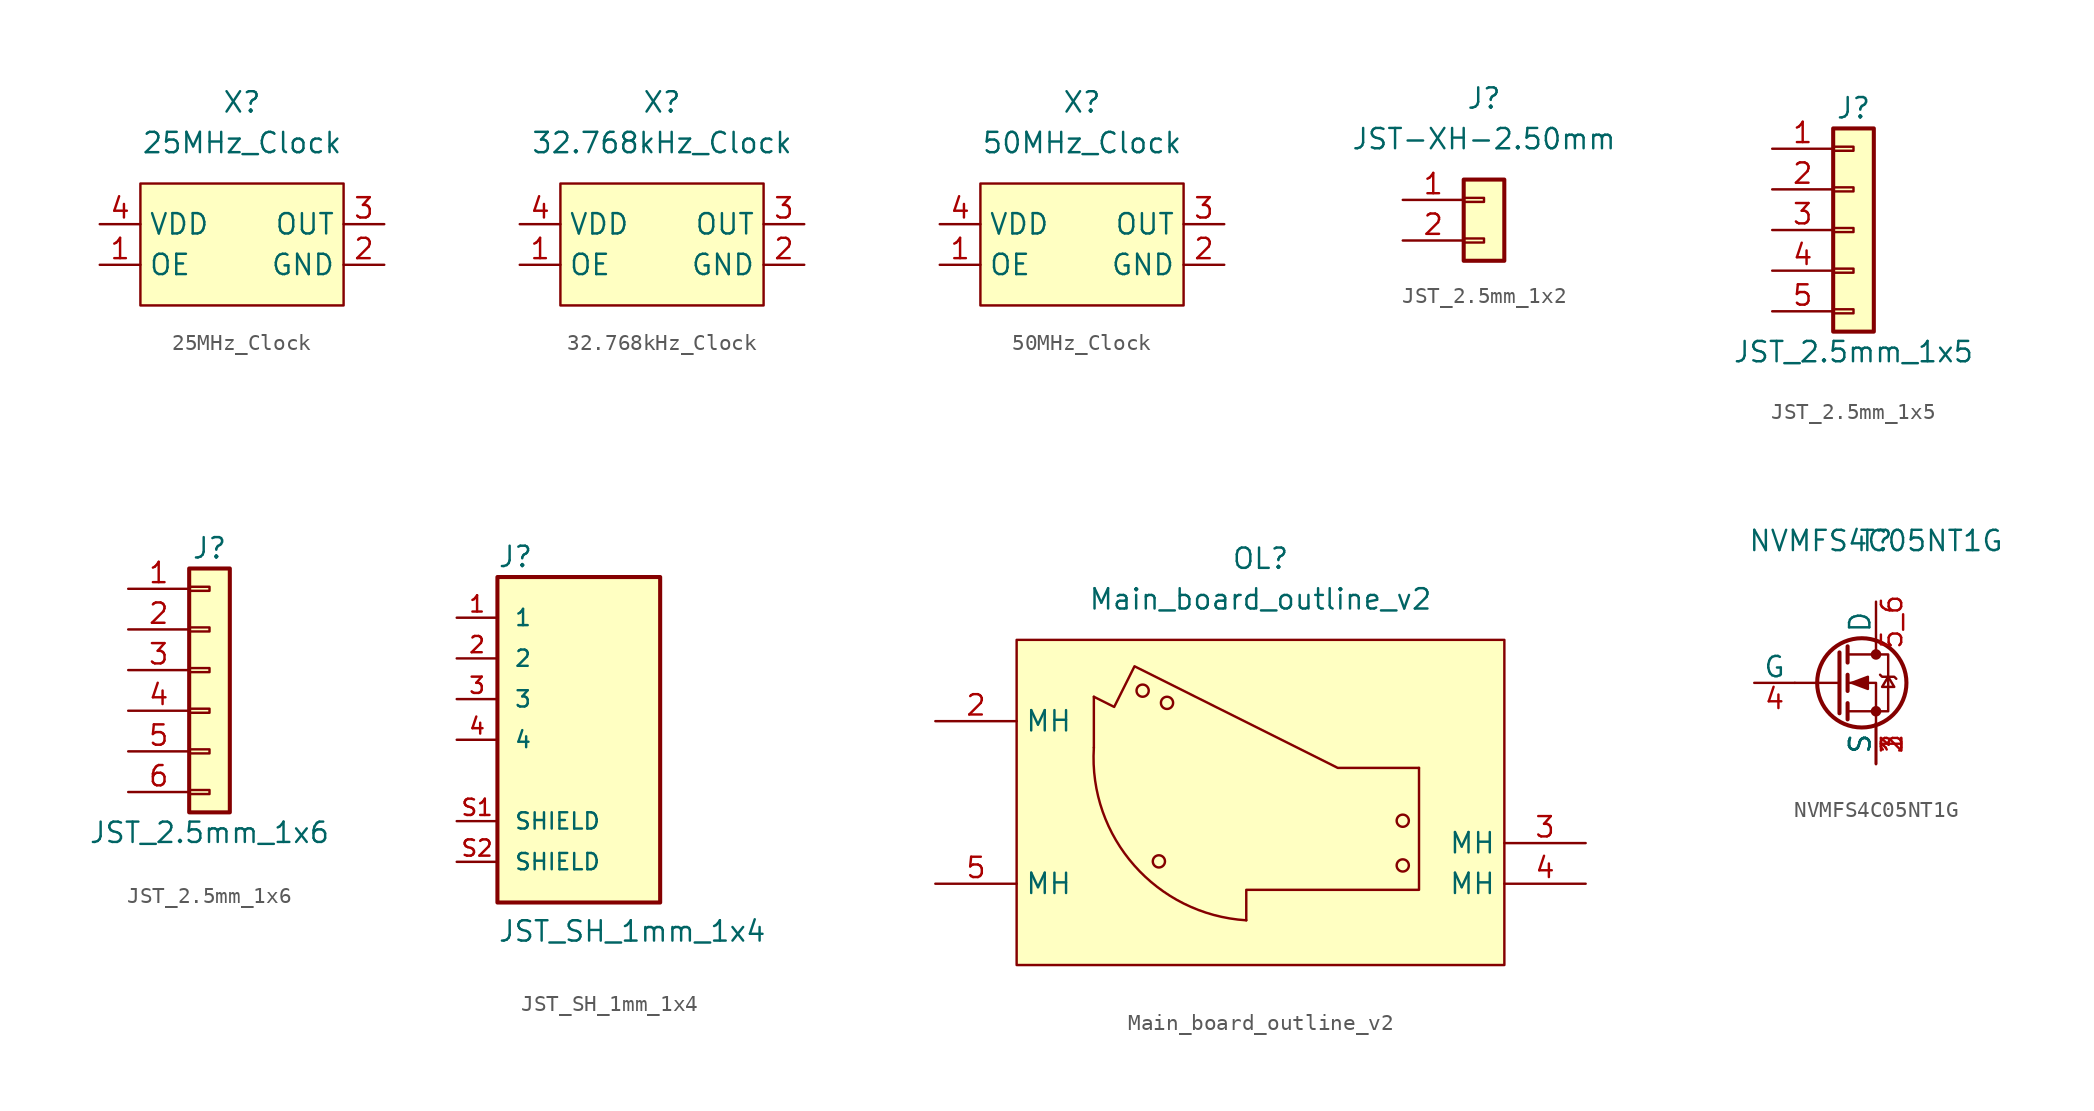
<source format=kicad_sym>
(kicad_symbol_lib
  (version 20231120)
  (generator "kicad_symbol_editor")
  (generator_version "8.0")
  (symbol "25MHz_Clock"
    (property "Reference" "X"
      (at 0 8.89 0)
      (effects (font (size 1.27 1.27))))
    (property "Value" "25MHz_Clock"
      (at 0 6.35 0)
      (effects (font (size 1.27 1.27))))
    (symbol "25MHz_Clock_1_1"
      (rectangle (start -6.35 3.81) (end 6.35 -3.81) (stroke (width 0) (type default)) (fill (type background)))
      (pin passive line (at -8.89 -1.27 0) (length 2.54) (name "OE" (effects (font (size 1.27 1.27)))) (number "1" (effects (font (size 1.27 1.27)))))
      (pin passive line (at 8.89 -1.27 180) (length 2.54) (name "GND" (effects (font (size 1.27 1.27)))) (number "2" (effects (font (size 1.27 1.27)))))
      (pin passive line (at 8.89 1.27 180) (length 2.54) (name "OUT" (effects (font (size 1.27 1.27)))) (number "3" (effects (font (size 1.27 1.27)))))
      (pin passive line (at -8.89 1.27 0) (length 2.54) (name "VDD" (effects (font (size 1.27 1.27)))) (number "4" (effects (font (size 1.27 1.27)))))))
  (symbol "32.768kHz_Clock"
    (property "Reference" "X"
      (at 0 8.89 0)
      (effects (font (size 1.27 1.27))))
    (property "Value" "32.768kHz_Clock"
      (at 0 6.35 0)
      (effects (font (size 1.27 1.27))))
    (symbol "32.768kHz_Clock_1_1"
      (rectangle (start -6.35 3.81) (end 6.35 -3.81) (stroke (width 0) (type default)) (fill (type background)))
      (pin passive line (at -8.89 -1.27 0) (length 2.54) (name "OE" (effects (font (size 1.27 1.27)))) (number "1" (effects (font (size 1.27 1.27)))))
      (pin passive line (at 8.89 -1.27 180) (length 2.54) (name "GND" (effects (font (size 1.27 1.27)))) (number "2" (effects (font (size 1.27 1.27)))))
      (pin passive line (at 8.89 1.27 180) (length 2.54) (name "OUT" (effects (font (size 1.27 1.27)))) (number "3" (effects (font (size 1.27 1.27)))))
      (pin passive line (at -8.89 1.27 0) (length 2.54) (name "VDD" (effects (font (size 1.27 1.27)))) (number "4" (effects (font (size 1.27 1.27)))))))
  (symbol "50MHz_Clock"
    (property "Reference" "X"
      (at 0 8.89 0)
      (effects (font (size 1.27 1.27))))
    (property "Value" "50MHz_Clock"
      (at 0 6.35 0)
      (effects (font (size 1.27 1.27))))
    (symbol "50MHz_Clock_1_1"
      (rectangle (start -6.35 3.81) (end 6.35 -3.81) (stroke (width 0) (type default)) (fill (type background)))
      (pin passive line (at -8.89 -1.27 0) (length 2.54) (name "OE" (effects (font (size 1.27 1.27)))) (number "1" (effects (font (size 1.27 1.27)))))
      (pin passive line (at 8.89 -1.27 180) (length 2.54) (name "GND" (effects (font (size 1.27 1.27)))) (number "2" (effects (font (size 1.27 1.27)))))
      (pin passive line (at 8.89 1.27 180) (length 2.54) (name "OUT" (effects (font (size 1.27 1.27)))) (number "3" (effects (font (size 1.27 1.27)))))
      (pin passive line (at -8.89 1.27 0) (length 2.54) (name "VDD" (effects (font (size 1.27 1.27)))) (number "4" (effects (font (size 1.27 1.27)))))))
  (symbol "JST_2.5mm_1x2"
    (pin_names
      (offset 0.002) hide)
    (property "Reference" "J"
      (at 0 7.62 0)
      (effects (font (size 1.27 1.27))))
    (property "Value" "JST-XH-2.50mm"
      (at 0 5.08 0)
      (effects (font (size 1.27 1.27))))
    (symbol "JST_2.5mm_1x2_1_1"
      (rectangle (start -1.27 -1.143) (end 0 -1.397) (stroke (width 0.152) (type default)) (fill (type none)))
      (rectangle (start -1.27 1.397) (end 0 1.143) (stroke (width 0.152) (type default)) (fill (type none)))
      (rectangle (start -1.27 2.54) (end 1.27 -2.54) (stroke (width 0.254) (type default)) (fill (type background)))
      (pin passive line (at -5.08 1.27 0) (length 3.81) (name "Pin_1" (effects (font (size 1.27 1.27)))) (number "1" (effects (font (size 1.27 1.27)))))
      (pin passive line (at -5.08 -1.27 0) (length 3.81) (name "Pin_2" (effects (font (size 1.27 1.27)))) (number "2" (effects (font (size 1.27 1.27)))))))
  (symbol "JST_2.5mm_1x5"
    (pin_names
      (offset 1.016) hide)
    (property "Reference" "J"
      (at 0 7.62 0)
      (effects (font (size 1.27 1.27))))
    (property "Value" "JST_2.5mm_1x5"
      (at 0 -7.62 0)
      (effects (font (size 1.27 1.27))))
    (symbol "JST_2.5mm_1x5_1_1"
      (rectangle (start -1.27 -4.953) (end 0 -5.207) (stroke (width 0.152) (type default)) (fill (type none)))
      (rectangle (start -1.27 -2.413) (end 0 -2.667) (stroke (width 0.152) (type default)) (fill (type none)))
      (rectangle (start -1.27 0.127) (end 0 -0.127) (stroke (width 0.152) (type default)) (fill (type none)))
      (rectangle (start -1.27 2.667) (end 0 2.413) (stroke (width 0.152) (type default)) (fill (type none)))
      (rectangle (start -1.27 5.207) (end 0 4.953) (stroke (width 0.152) (type default)) (fill (type none)))
      (rectangle (start -1.27 6.35) (end 1.27 -6.35) (stroke (width 0.254) (type default)) (fill (type background)))
      (pin passive line (at -5.08 5.08 0) (length 3.81) (name "Pin_1" (effects (font (size 1.27 1.27)))) (number "1" (effects (font (size 1.27 1.27)))))
      (pin passive line (at -5.08 2.54 0) (length 3.81) (name "Pin_2" (effects (font (size 1.27 1.27)))) (number "2" (effects (font (size 1.27 1.27)))))
      (pin passive line (at -5.08 0 0) (length 3.81) (name "Pin_3" (effects (font (size 1.27 1.27)))) (number "3" (effects (font (size 1.27 1.27)))))
      (pin passive line (at -5.08 -2.54 0) (length 3.81) (name "Pin_4" (effects (font (size 1.27 1.27)))) (number "4" (effects (font (size 1.27 1.27)))))
      (pin passive line (at -5.08 -5.08 0) (length 3.81) (name "Pin_5" (effects (font (size 1.27 1.27)))) (number "5" (effects (font (size 1.27 1.27)))))))
  (symbol "JST_2.5mm_1x6"
    (pin_names
      (offset 1.016) hide)
    (property "Reference" "J"
      (at 0 7.62 0)
      (effects (font (size 1.27 1.27))))
    (property "Value" "JST_2.5mm_1x6"
      (at 0 -10.16 0)
      (effects (font (size 1.27 1.27))))
    (symbol "JST_2.5mm_1x6_1_1"
      (rectangle (start -1.27 -7.493) (end 0 -7.747) (stroke (width 0.152) (type default)) (fill (type none)))
      (rectangle (start -1.27 -4.953) (end 0 -5.207) (stroke (width 0.152) (type default)) (fill (type none)))
      (rectangle (start -1.27 -2.413) (end 0 -2.667) (stroke (width 0.152) (type default)) (fill (type none)))
      (rectangle (start -1.27 0.127) (end 0 -0.127) (stroke (width 0.152) (type default)) (fill (type none)))
      (rectangle (start -1.27 2.667) (end 0 2.413) (stroke (width 0.152) (type default)) (fill (type none)))
      (rectangle (start -1.27 5.207) (end 0 4.953) (stroke (width 0.152) (type default)) (fill (type none)))
      (rectangle (start -1.27 6.35) (end 1.27 -8.89) (stroke (width 0.254) (type default)) (fill (type background)))
      (pin passive line (at -5.08 5.08 0) (length 3.81) (name "Pin_1" (effects (font (size 1.27 1.27)))) (number "1" (effects (font (size 1.27 1.27)))))
      (pin passive line (at -5.08 2.54 0) (length 3.81) (name "Pin_2" (effects (font (size 1.27 1.27)))) (number "2" (effects (font (size 1.27 1.27)))))
      (pin passive line (at -5.08 0 0) (length 3.81) (name "Pin_3" (effects (font (size 1.27 1.27)))) (number "3" (effects (font (size 1.27 1.27)))))
      (pin passive line (at -5.08 -2.54 0) (length 3.81) (name "Pin_4" (effects (font (size 1.27 1.27)))) (number "4" (effects (font (size 1.27 1.27)))))
      (pin passive line (at -5.08 -5.08 0) (length 3.81) (name "Pin_5" (effects (font (size 1.27 1.27)))) (number "5" (effects (font (size 1.27 1.27)))))
      (pin passive line (at -5.08 -7.62 0) (length 3.81) (name "Pin_6" (effects (font (size 1.27 1.27)))) (number "6" (effects (font (size 1.27 1.27)))))))
  (symbol "JST_SH_1mm_1x4"
    (pin_names
      (offset 1.016))
    (property "Reference" "J"
      (at -5.083 8.143 0)
      (effects (font (size 1.27 1.27)) (justify left bottom)))
    (property "Value" "JST_SH_1mm_1x4"
      (at -5.08 -15.24 0)
      (effects (font (size 1.27 1.27)) (justify left bottom)))
    (symbol "JST_SH_1mm_1x4_0_0"
      (rectangle (start -5.08 7.62) (end 5.08 -12.7) (stroke (width 0.254) (type default)) (fill (type background)))
      (pin passive line (at -7.62 5.08 0) (length 2.54) (name "1" (effects (font (size 1.016 1.016)))) (number "1" (effects (font (size 1.016 1.016)))))
      (pin passive line (at -7.62 2.54 0) (length 2.54) (name "2" (effects (font (size 1.016 1.016)))) (number "2" (effects (font (size 1.016 1.016)))))
      (pin passive line (at -7.62 0 0) (length 2.54) (name "3" (effects (font (size 1.016 1.016)))) (number "3" (effects (font (size 1.016 1.016)))))
      (pin passive line (at -7.62 -2.54 0) (length 2.54) (name "4" (effects (font (size 1.016 1.016)))) (number "4" (effects (font (size 1.016 1.016)))))
      (pin passive line (at -7.62 -7.62 0) (length 2.54) (name "SHIELD" (effects (font (size 1.016 1.016)))) (number "S1" (effects (font (size 1.016 1.016)))))
      (pin passive line (at -7.62 -10.16 0) (length 2.54) (name "SHIELD" (effects (font (size 1.016 1.016)))) (number "S2" (effects (font (size 1.016 1.016)))))))
  (symbol "Main_board_outline_v2"
    (property "Reference" "OL"
      (at 0 15.24 0)
      (effects (font (size 1.27 1.27))))
    (property "Value" "Main_board_outline_v2"
      (at 0 12.7 0)
      (effects (font (size 1.27 1.27))))
    (symbol "Main_board_outline_v2_0_1"
      (arc (start -10.414 3.429) (mid -7.8872 -3.9412) (end -0.889 -7.366) (stroke (width 0) (type default)) (fill (type none)))
      (circle (center -7.366 6.985) (radius 0.381) (stroke (width 0) (type default)) (fill (type none)))
      (circle (center -6.35 -3.683) (radius 0.381) (stroke (width 0) (type default)) (fill (type none)))
      (circle (center -5.842 6.223) (radius 0.381) (stroke (width 0) (type default)) (fill (type none)))
      (polyline (pts (xy -10.414 6.604) (xy -10.414 3.429)) (stroke (width 0) (type default)) (fill (type none)))
      (polyline (pts (xy 9.906 2.159) (xy 9.906 -5.461) (xy -0.889 -5.461) (xy -0.889 -7.366)) (stroke (width 0) (type default)) (fill (type none)))
      (polyline (pts (xy 9.906 2.159) (xy 4.826 2.159) (xy -7.874 8.509) (xy -9.144 5.969) (xy -10.414 6.604)) (stroke (width 0) (type default)) (fill (type none)))
      (circle (center 8.89 -3.937) (radius 0.381) (stroke (width 0) (type default)) (fill (type none)))
      (circle (center 8.89 -1.143) (radius 0.381) (stroke (width 0) (type default)) (fill (type none))))
    (symbol "Main_board_outline_v2_1_1"
      (rectangle (start -15.24 10.16) (end 15.24 -10.16) (stroke (width 0) (type default)) (fill (type background)))
      (pin input line (at -20.32 5.08 0) (length 5.08) (name "MH" (effects (font (size 1.27 1.27)))) (number "2" (effects (font (size 1.27 1.27)))))
      (pin input line (at 20.32 -2.54 180) (length 5.08) (name "MH" (effects (font (size 1.27 1.27)))) (number "3" (effects (font (size 1.27 1.27)))))
      (pin input line (at 20.32 -5.08 180) (length 5.08) (name "MH" (effects (font (size 1.27 1.27)))) (number "4" (effects (font (size 1.27 1.27)))))
      (pin input line (at -20.32 -5.08 0) (length 5.08) (name "MH" (effects (font (size 1.27 1.27)))) (number "5" (effects (font (size 1.27 1.27)))))))
  (symbol "NVMFS4C05NT1G"
    (pin_names
      (offset 0))
    (property "Reference" "T"
      (at 0 8.89 0)
      (effects (font (size 1.27 1.27))))
    (property "Value" "NVMFS4C05NT1G"
      (at 0 8.89 0)
      (effects (font (size 1.27 1.27))))
    (symbol "NVMFS4C05NT1G_0_1"
      (circle (center -0.889 0) (radius 2.794) (stroke (width 0.254) (type default)) (fill (type none)))
      (circle (center 0 -1.778) (radius 0.254) (stroke (width 0) (type default)) (fill (type outline)))
      (polyline (pts (xy -2.286 0) (xy -5.08 0)) (stroke (width 0) (type default)) (fill (type none)))
      (polyline (pts (xy -2.286 1.905) (xy -2.286 -1.905)) (stroke (width 0.254) (type default)) (fill (type none)))
      (polyline (pts (xy -1.778 -1.27) (xy -1.778 -2.286)) (stroke (width 0.254) (type default)) (fill (type none)))
      (polyline (pts (xy -1.778 0.508) (xy -1.778 -0.508)) (stroke (width 0.254) (type default)) (fill (type none)))
      (polyline (pts (xy -1.778 2.286) (xy -1.778 1.27)) (stroke (width 0.254) (type default)) (fill (type none)))
      (polyline (pts (xy 0 2.54) (xy 0 1.778)) (stroke (width 0) (type default)) (fill (type none)))
      (polyline (pts (xy 0 -2.54) (xy 0 0) (xy -1.778 0)) (stroke (width 0) (type default)) (fill (type none)))
      (polyline (pts (xy -1.778 -1.778) (xy 0.762 -1.778) (xy 0.762 1.778) (xy -1.778 1.778)) (stroke (width 0) (type default)) (fill (type none)))
      (polyline (pts (xy -1.524 0) (xy -0.508 0.381) (xy -0.508 -0.381) (xy -1.524 0)) (stroke (width 0) (type default)) (fill (type outline)))
      (polyline (pts (xy 0.254 0.508) (xy 0.381 0.381) (xy 1.143 0.381) (xy 1.27 0.254)) (stroke (width 0) (type default)) (fill (type none)))
      (polyline (pts (xy 0.762 0.381) (xy 0.381 -0.254) (xy 1.143 -0.254) (xy 0.762 0.381)) (stroke (width 0) (type default)) (fill (type none)))
      (circle (center 0 1.778) (radius 0.254) (stroke (width 0) (type default)) (fill (type outline))))
    (symbol "NVMFS4C05NT1G_1_1"
      (pin passive line (at 0 -5.08 90) (length 2.54) (name "S" (effects (font (size 1.27 1.27)))) (number "1" (effects (font (size 1.27 1.27)))))
      (pin passive line (at 0 -5.08 90) (length 2.54) (name "S" (effects (font (size 1.27 1.27)))) (number "2" (effects (font (size 1.27 1.27)))))
      (pin passive line (at 0 -5.08 90) (length 2.54) (name "S" (effects (font (size 1.27 1.27)))) (number "3" (effects (font (size 1.27 1.27)))))
      (pin input line (at -7.62 0 0) (length 2.54) (name "G" (effects (font (size 1.27 1.27)))) (number "4" (effects (font (size 1.27 1.27)))))
      (pin passive line (at 0 5.08 270) (length 2.54) (name "D" (effects (font (size 1.27 1.27)))) (number "5_6" (effects (font (size 1.27 1.27))))))))
</source>
